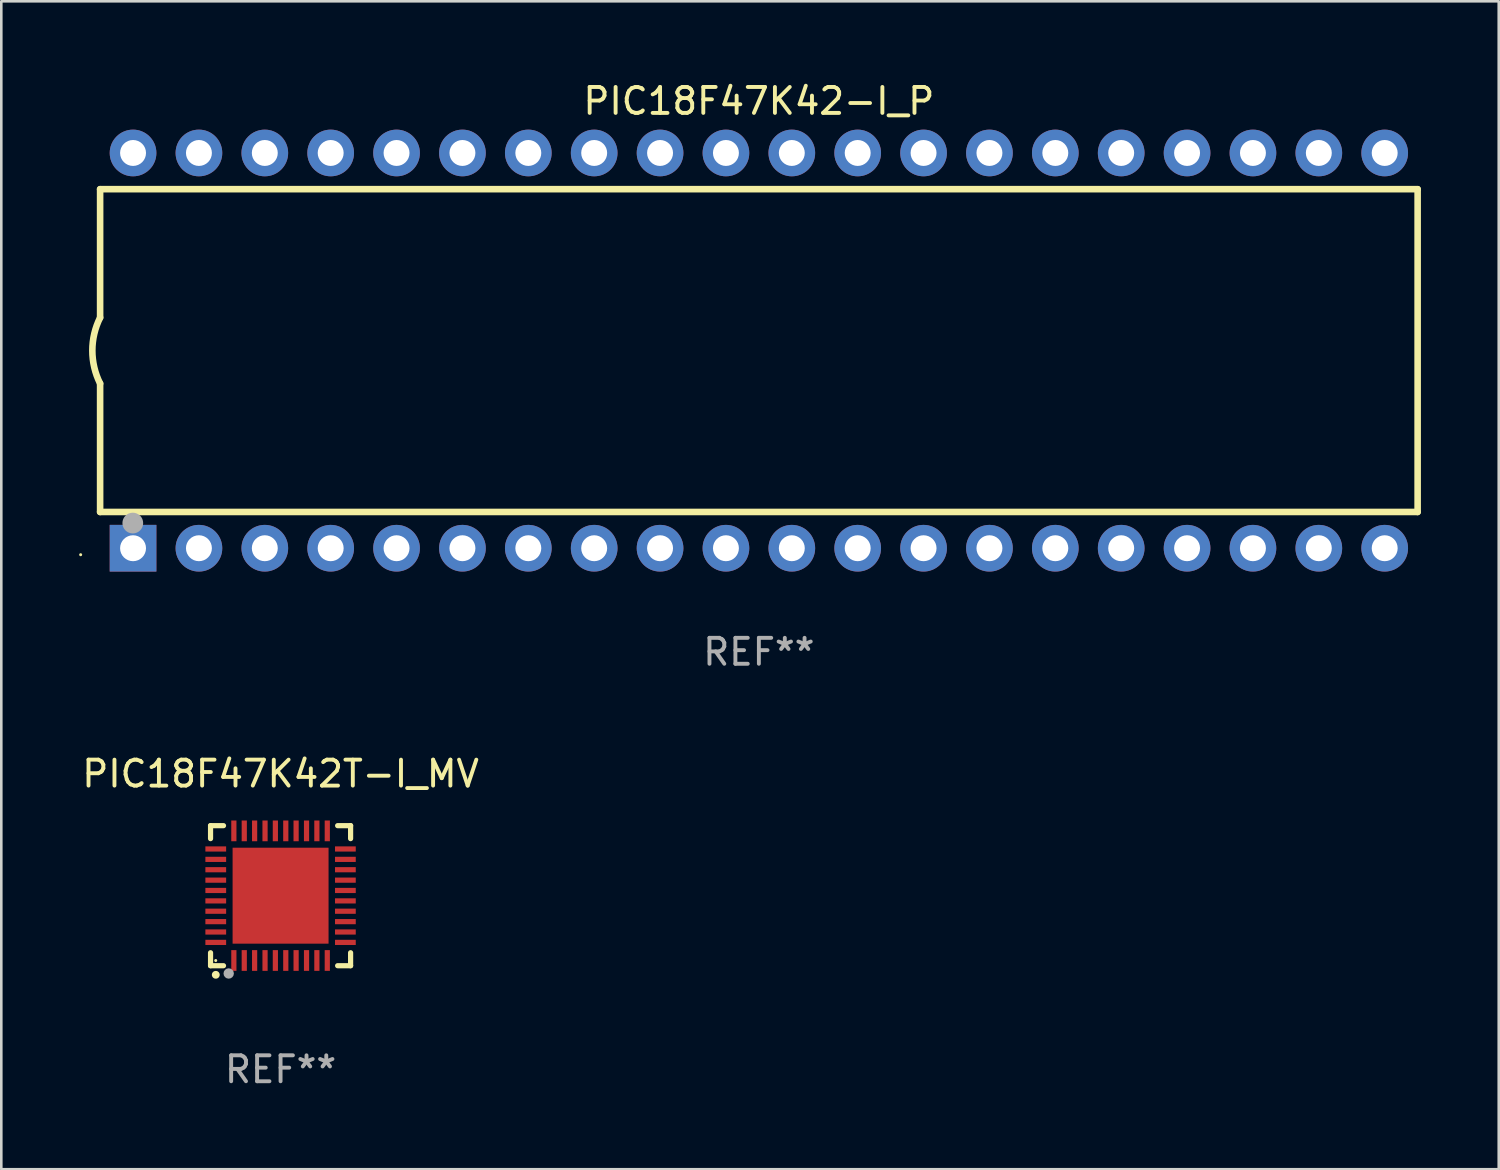
<source format=kicad_pcb>
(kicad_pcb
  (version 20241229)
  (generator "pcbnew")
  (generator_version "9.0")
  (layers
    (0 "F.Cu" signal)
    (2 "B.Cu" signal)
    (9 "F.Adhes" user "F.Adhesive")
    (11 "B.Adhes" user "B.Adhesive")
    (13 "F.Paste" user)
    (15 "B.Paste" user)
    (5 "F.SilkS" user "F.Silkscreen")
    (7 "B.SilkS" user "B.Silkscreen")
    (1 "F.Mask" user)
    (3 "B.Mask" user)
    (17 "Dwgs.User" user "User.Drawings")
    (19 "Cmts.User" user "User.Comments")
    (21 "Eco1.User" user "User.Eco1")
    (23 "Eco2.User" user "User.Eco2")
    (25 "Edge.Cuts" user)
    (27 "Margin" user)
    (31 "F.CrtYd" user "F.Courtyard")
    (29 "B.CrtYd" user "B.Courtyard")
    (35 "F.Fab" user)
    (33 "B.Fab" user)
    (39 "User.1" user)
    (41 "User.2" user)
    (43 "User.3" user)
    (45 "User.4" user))
  (footprint "PIC18F47K42T-I_MV"
    (layer "F.Cu")
    (at 7.768 31.485)
    (property "Reference" "PIC18F47K42T-I_MV" (at 0 -4.7 0) (layer "F.SilkS") (effects (font (size 1 1) (thickness 0.15))))
    (attr through_hole)
    (fp_line (start -2.7 -2.7) (end -2.7 -2.2) (stroke (width 0.2) (type solid)) (layer "F.SilkS"))
    (fp_line (start -2.7 2.7) (end -2.7 2.2) (stroke (width 0.2) (type solid)) (layer "F.SilkS"))
    (fp_line (start -2.2 -2.7) (end -2.7 -2.7) (stroke (width 0.2) (type solid)) (layer "F.SilkS"))
    (fp_line (start -2.2 2.7) (end -2.7 2.7) (stroke (width 0.2) (type solid)) (layer "F.SilkS"))
    (fp_line (start 2.7 -2.7) (end 2.2 -2.7) (stroke (width 0.2) (type solid)) (layer "F.SilkS"))
    (fp_line (start 2.7 -2.2) (end 2.7 -2.7) (stroke (width 0.2) (type solid)) (layer "F.SilkS"))
    (fp_line (start 2.7 2.2) (end 2.7 2.7) (stroke (width 0.2) (type solid)) (layer "F.SilkS"))
    (fp_line (start 2.7 2.7) (end 2.2 2.7) (stroke (width 0.2) (type solid)) (layer "F.SilkS"))
    (fp_arc (start -2.499365 3.050546) (mid -2.498095 3.050541) (end -2.496825 3.050546) (stroke (width 0.3) (type solid)) (layer "F.SilkS"))
    (fp_circle (center -2.5 2.5) (end -2.47 2.5) (stroke (width 0.06) (type solid)) (fill no) (layer "F.SilkS"))
    (fp_circle (center -2 3) (end -1.9 3) (stroke (width 0.2) (type solid)) (fill no) (layer "F.Fab"))
    (fp_text user "REF**" (at 0 6.7 0) (layer "F.Fab") (effects (font (size 1 1) (thickness 0.15))))
    (pad "1" smd rect (at -1.801 2.499) (size 0.2 0.8) (layers "F.Cu" "F.Mask" "F.Paste"))
    (pad "2" smd rect (at -1.4 2.499) (size 0.2 0.8) (layers "F.Cu" "F.Mask" "F.Paste"))
    (pad "3" smd rect (at -1.001 2.499) (size 0.2 0.8) (layers "F.Cu" "F.Mask" "F.Paste"))
    (pad "4" smd rect (at -0.599 2.499) (size 0.2 0.8) (layers "F.Cu" "F.Mask" "F.Paste"))
    (pad "5" smd rect (at -0.201 2.499) (size 0.2 0.8) (layers "F.Cu" "F.Mask" "F.Paste"))
    (pad "6" smd rect (at 0.201 2.499) (size 0.2 0.8) (layers "F.Cu" "F.Mask" "F.Paste"))
    (pad "7" smd rect (at 0.599 2.499) (size 0.2 0.8) (layers "F.Cu" "F.Mask" "F.Paste"))
    (pad "8" smd rect (at 1.001 2.499) (size 0.2 0.8) (layers "F.Cu" "F.Mask" "F.Paste"))
    (pad "9" smd rect (at 1.4 2.499) (size 0.2 0.8) (layers "F.Cu" "F.Mask" "F.Paste"))
    (pad "10" smd rect (at 1.801 2.499) (size 0.2 0.8) (layers "F.Cu" "F.Mask" "F.Paste"))
    (pad "11" smd rect (at 2.499 1.801) (size 0.8 0.2) (layers "F.Cu" "F.Mask" "F.Paste"))
    (pad "12" smd rect (at 2.499 1.4) (size 0.8 0.2) (layers "F.Cu" "F.Mask" "F.Paste"))
    (pad "13" smd rect (at 2.499 1.001) (size 0.8 0.2) (layers "F.Cu" "F.Mask" "F.Paste"))
    (pad "14" smd rect (at 2.499 0.599) (size 0.8 0.2) (layers "F.Cu" "F.Mask" "F.Paste"))
    (pad "15" smd rect (at 2.499 0.201) (size 0.8 0.2) (layers "F.Cu" "F.Mask" "F.Paste"))
    (pad "16" smd rect (at 2.499 -0.201) (size 0.8 0.2) (layers "F.Cu" "F.Mask" "F.Paste"))
    (pad "17" smd rect (at 2.499 -0.599) (size 0.8 0.2) (layers "F.Cu" "F.Mask" "F.Paste"))
    (pad "18" smd rect (at 2.499 -1.001) (size 0.8 0.2) (layers "F.Cu" "F.Mask" "F.Paste"))
    (pad "19" smd rect (at 2.499 -1.4) (size 0.8 0.2) (layers "F.Cu" "F.Mask" "F.Paste"))
    (pad "20" smd rect (at 2.499 -1.801) (size 0.8 0.2) (layers "F.Cu" "F.Mask" "F.Paste"))
    (pad "21" smd rect (at 1.801 -2.499) (size 0.2 0.8) (layers "F.Cu" "F.Mask" "F.Paste"))
    (pad "22" smd rect (at 1.4 -2.499) (size 0.2 0.8) (layers "F.Cu" "F.Mask" "F.Paste"))
    (pad "23" smd rect (at 1.001 -2.499) (size 0.2 0.8) (layers "F.Cu" "F.Mask" "F.Paste"))
    (pad "24" smd rect (at 0.599 -2.499) (size 0.2 0.8) (layers "F.Cu" "F.Mask" "F.Paste"))
    (pad "25" smd rect (at 0.201 -2.499) (size 0.2 0.8) (layers "F.Cu" "F.Mask" "F.Paste"))
    (pad "26" smd rect (at -0.201 -2.499) (size 0.2 0.8) (layers "F.Cu" "F.Mask" "F.Paste"))
    (pad "27" smd rect (at -0.599 -2.499) (size 0.2 0.8) (layers "F.Cu" "F.Mask" "F.Paste"))
    (pad "28" smd rect (at -1.001 -2.499) (size 0.2 0.8) (layers "F.Cu" "F.Mask" "F.Paste"))
    (pad "29" smd rect (at -1.4 -2.499) (size 0.2 0.8) (layers "F.Cu" "F.Mask" "F.Paste"))
    (pad "30" smd rect (at -1.801 -2.499) (size 0.2 0.8) (layers "F.Cu" "F.Mask" "F.Paste"))
    (pad "31" smd rect (at -2.499 -1.801) (size 0.8 0.2) (layers "F.Cu" "F.Mask" "F.Paste"))
    (pad "32" smd rect (at -2.499 -1.4) (size 0.8 0.2) (layers "F.Cu" "F.Mask" "F.Paste"))
    (pad "33" smd rect (at -2.499 -1.001) (size 0.8 0.2) (layers "F.Cu" "F.Mask" "F.Paste"))
    (pad "34" smd rect (at -2.499 -0.599) (size 0.8 0.2) (layers "F.Cu" "F.Mask" "F.Paste"))
    (pad "35" smd rect (at -2.499 -0.201) (size 0.8 0.2) (layers "F.Cu" "F.Mask" "F.Paste"))
    (pad "36" smd rect (at -2.499 0.201) (size 0.8 0.2) (layers "F.Cu" "F.Mask" "F.Paste"))
    (pad "37" smd rect (at -2.499 0.599) (size 0.8 0.2) (layers "F.Cu" "F.Mask" "F.Paste"))
    (pad "38" smd rect (at -2.499 1.001) (size 0.8 0.2) (layers "F.Cu" "F.Mask" "F.Paste"))
    (pad "39" smd rect (at -2.499 1.4) (size 0.8 0.2) (layers "F.Cu" "F.Mask" "F.Paste"))
    (pad "40" smd rect (at -2.499 1.801) (size 0.8 0.2) (layers "F.Cu" "F.Mask" "F.Paste"))
    (pad "41" smd rect (at 0 0) (size 3.7 3.7) (layers "F.Cu" "F.Mask" "F.Paste")))
  (footprint "PIC18F47K42-I_P"
    (layer "F.Cu")
    (at 26.21 10.468)
    (property "Reference" "PIC18F47K42-I_P" (at 0 -9.62 0) (layer "F.SilkS") (effects (font (size 1 1) (thickness 0.15))))
    (attr through_hole)
    (fp_line (start -25.4 -6.224) (end -25.4 -1.271) (stroke (width 0.254) (type solid)) (layer "F.SilkS"))
    (fp_line (start -25.4 -6.224) (end 25.4 -6.224) (stroke (width 0.254) (type solid)) (layer "F.SilkS"))
    (fp_line (start -25.4 1.269) (end -25.4 6.222) (stroke (width 0.254) (type solid)) (layer "F.SilkS"))
    (fp_line (start -25.4 6.222) (end 25.4 6.222) (stroke (width 0.254) (type solid)) (layer "F.SilkS"))
    (fp_line (start 25.4 6.222) (end 25.4 -6.224) (stroke (width 0.254) (type solid)) (layer "F.SilkS"))
    (fp_arc (start -25.4 1.269241) (mid -25.699807 -0.000762) (end -25.4 -1.270765) (stroke (width 0.254001) (type solid)) (layer "F.SilkS"))
    (fp_circle (center -26.15 7.87) (end -26.12 7.87) (stroke (width 0.06) (type solid)) (fill no) (layer "F.SilkS"))
    (fp_circle (center -24.14 6.65) (end -23.94 6.65) (stroke (width 0.4) (type solid)) (fill no) (layer "F.Fab"))
    (fp_text user "REF**" (at 0 11.62 0) (layer "F.Fab") (effects (font (size 1 1) (thickness 0.15))))
    (pad "1" thru_hole rect (at -24.13 7.62 90) (size 1.8 1.8) (drill 1) (layers "*.Cu" "*.Mask"))
    (pad "2" thru_hole circle (at -21.59 7.62) (size 1.8 1.8) (drill 1) (layers "*.Cu" "*.Mask"))
    (pad "3" thru_hole circle (at -19.05 7.62) (size 1.8 1.8) (drill 1) (layers "*.Cu" "*.Mask"))
    (pad "4" thru_hole circle (at -16.51 7.62) (size 1.8 1.8) (drill 1) (layers "*.Cu" "*.Mask"))
    (pad "5" thru_hole circle (at -13.97 7.62) (size 1.8 1.8) (drill 1) (layers "*.Cu" "*.Mask"))
    (pad "6" thru_hole circle (at -11.43 7.62) (size 1.8 1.8) (drill 1) (layers "*.Cu" "*.Mask"))
    (pad "7" thru_hole circle (at -8.89 7.62) (size 1.8 1.8) (drill 1) (layers "*.Cu" "*.Mask"))
    (pad "8" thru_hole circle (at -6.35 7.62) (size 1.8 1.8) (drill 1) (layers "*.Cu" "*.Mask"))
    (pad "9" thru_hole circle (at -3.81 7.62) (size 1.8 1.8) (drill 1) (layers "*.Cu" "*.Mask"))
    (pad "10" thru_hole circle (at -1.27 7.62) (size 1.8 1.8) (drill 1) (layers "*.Cu" "*.Mask"))
    (pad "11" thru_hole circle (at 1.27 7.62) (size 1.8 1.8) (drill 1) (layers "*.Cu" "*.Mask"))
    (pad "12" thru_hole circle (at 3.81 7.62) (size 1.8 1.8) (drill 1) (layers "*.Cu" "*.Mask"))
    (pad "13" thru_hole circle (at 6.35 7.62) (size 1.8 1.8) (drill 1) (layers "*.Cu" "*.Mask"))
    (pad "14" thru_hole circle (at 8.89 7.62) (size 1.8 1.8) (drill 1) (layers "*.Cu" "*.Mask"))
    (pad "15" thru_hole circle (at 11.43 7.62) (size 1.8 1.8) (drill 1) (layers "*.Cu" "*.Mask"))
    (pad "16" thru_hole circle (at 13.97 7.62) (size 1.8 1.8) (drill 1) (layers "*.Cu" "*.Mask"))
    (pad "17" thru_hole circle (at 16.51 7.62) (size 1.8 1.8) (drill 1) (layers "*.Cu" "*.Mask"))
    (pad "18" thru_hole circle (at 19.05 7.62) (size 1.8 1.8) (drill 1) (layers "*.Cu" "*.Mask"))
    (pad "19" thru_hole circle (at 21.59 7.62) (size 1.8 1.8) (drill 1) (layers "*.Cu" "*.Mask"))
    (pad "20" thru_hole circle (at 24.13 7.62) (size 1.8 1.8) (drill 1) (layers "*.Cu" "*.Mask"))
    (pad "21" thru_hole circle (at 24.13 -7.62) (size 1.8 1.8) (drill 1) (layers "*.Cu" "*.Mask"))
    (pad "22" thru_hole circle (at 21.59 -7.62) (size 1.8 1.8) (drill 1) (layers "*.Cu" "*.Mask"))
    (pad "23" thru_hole circle (at 19.05 -7.62) (size 1.8 1.8) (drill 1) (layers "*.Cu" "*.Mask"))
    (pad "24" thru_hole circle (at 16.51 -7.62) (size 1.8 1.8) (drill 1) (layers "*.Cu" "*.Mask"))
    (pad "25" thru_hole circle (at 13.97 -7.62) (size 1.8 1.8) (drill 1) (layers "*.Cu" "*.Mask"))
    (pad "26" thru_hole circle (at 11.43 -7.62) (size 1.8 1.8) (drill 1) (layers "*.Cu" "*.Mask"))
    (pad "27" thru_hole circle (at 8.89 -7.62) (size 1.8 1.8) (drill 1) (layers "*.Cu" "*.Mask"))
    (pad "28" thru_hole circle (at 6.35 -7.62) (size 1.8 1.8) (drill 1) (layers "*.Cu" "*.Mask"))
    (pad "29" thru_hole circle (at 3.81 -7.62) (size 1.8 1.8) (drill 1) (layers "*.Cu" "*.Mask"))
    (pad "30" thru_hole circle (at 1.27 -7.62) (size 1.8 1.8) (drill 1) (layers "*.Cu" "*.Mask"))
    (pad "31" thru_hole circle (at -1.27 -7.62) (size 1.8 1.8) (drill 1) (layers "*.Cu" "*.Mask"))
    (pad "32" thru_hole circle (at -3.81 -7.62) (size 1.8 1.8) (drill 1) (layers "*.Cu" "*.Mask"))
    (pad "33" thru_hole circle (at -6.35 -7.62) (size 1.8 1.8) (drill 1) (layers "*.Cu" "*.Mask"))
    (pad "34" thru_hole circle (at -8.89 -7.62) (size 1.8 1.8) (drill 1) (layers "*.Cu" "*.Mask"))
    (pad "35" thru_hole circle (at -11.43 -7.62) (size 1.8 1.8) (drill 1) (layers "*.Cu" "*.Mask"))
    (pad "36" thru_hole circle (at -13.97 -7.62) (size 1.8 1.8) (drill 1) (layers "*.Cu" "*.Mask"))
    (pad "37" thru_hole circle (at -16.51 -7.62) (size 1.8 1.8) (drill 1) (layers "*.Cu" "*.Mask"))
    (pad "38" thru_hole circle (at -19.05 -7.62) (size 1.8 1.8) (drill 1) (layers "*.Cu" "*.Mask"))
    (pad "39" thru_hole circle (at -21.59 -7.62) (size 1.8 1.8) (drill 1) (layers "*.Cu" "*.Mask"))
    (pad "40" thru_hole circle (at -24.13 -7.62) (size 1.8 1.8) (drill 1) (layers "*.Cu" "*.Mask")))
  (gr_rect
    (start -3 -3)
    (end 54.737 42.033)
    (stroke (width 0.1) (type default))
    (fill no)
    (layer "Edge.Cuts")))
</source>
